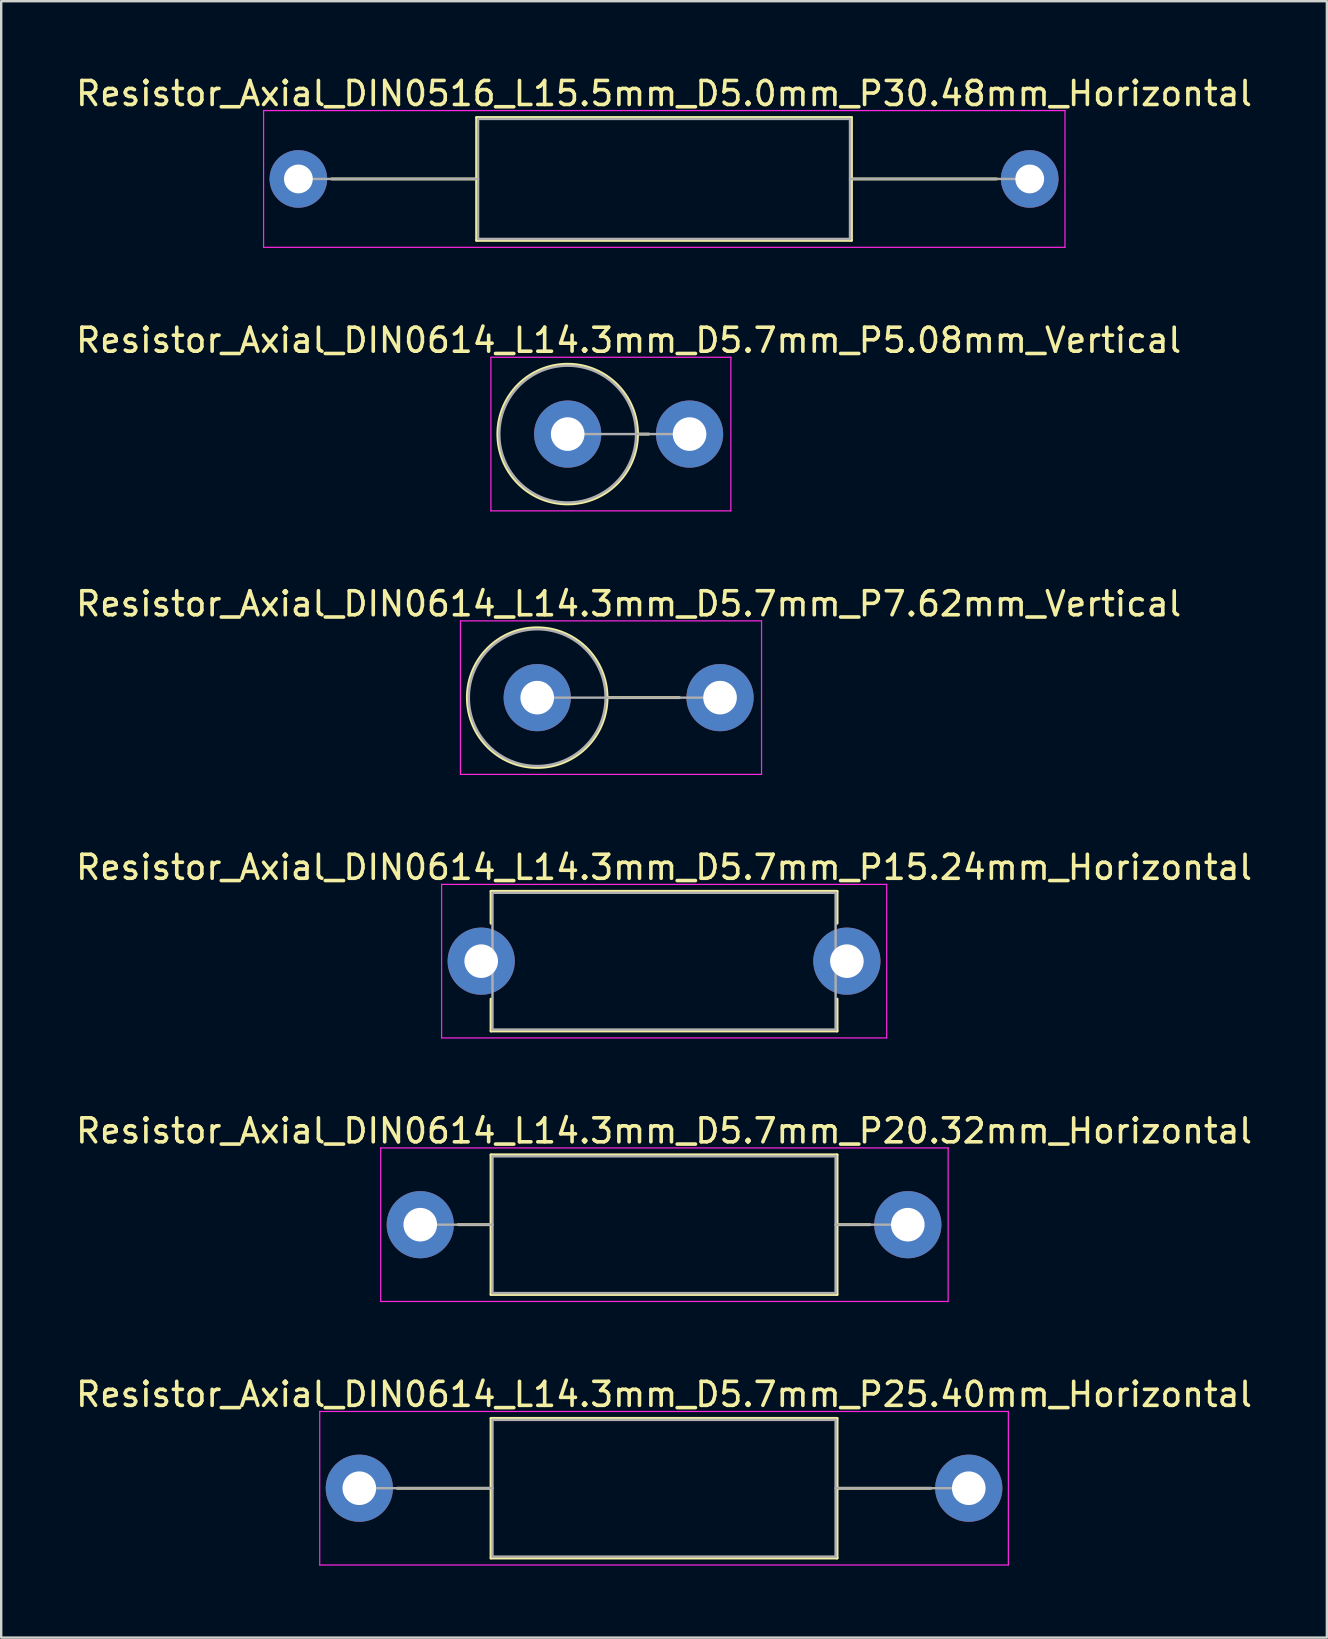
<source format=kicad_pcb>
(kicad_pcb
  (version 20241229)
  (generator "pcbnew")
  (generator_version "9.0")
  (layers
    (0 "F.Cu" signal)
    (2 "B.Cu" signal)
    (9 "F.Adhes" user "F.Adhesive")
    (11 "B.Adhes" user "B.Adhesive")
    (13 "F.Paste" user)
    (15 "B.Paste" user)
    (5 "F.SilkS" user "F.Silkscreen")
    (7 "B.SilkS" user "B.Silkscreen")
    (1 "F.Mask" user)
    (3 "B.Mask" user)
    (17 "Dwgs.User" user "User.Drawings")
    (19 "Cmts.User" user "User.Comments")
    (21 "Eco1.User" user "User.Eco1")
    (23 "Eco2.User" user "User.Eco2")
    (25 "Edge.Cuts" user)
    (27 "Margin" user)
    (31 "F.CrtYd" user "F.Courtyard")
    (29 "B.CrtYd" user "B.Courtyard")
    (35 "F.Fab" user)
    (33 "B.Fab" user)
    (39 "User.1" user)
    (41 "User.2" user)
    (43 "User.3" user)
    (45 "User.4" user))
  (footprint "Resistor_Axial_DIN0614_L14.3mm_D5.7mm_P5.08mm_Vertical"
    (layer "F.Cu")
    (at 20.609 15.041)
    (property "Reference" "Resistor_Axial_DIN0614_L14.3mm_D5.7mm_P5.08mm_Vertical" (at 2.54 -3.91 0) (layer "F.SilkS") (effects (font (size 1 1) (thickness 0.15))))
    (attr through_hole)
    (fp_line (start 2.91 0) (end 3.38 0) (stroke (width 0.12) (type solid)) (layer "F.SilkS"))
    (fp_circle (center 0 0) (end 2.91 0) (stroke (width 0.12) (type solid)) (fill no) (layer "F.SilkS"))
    (fp_line (start -3.2 -3.2) (end -3.2 3.2) (stroke (width 0.05) (type solid)) (layer "F.CrtYd"))
    (fp_line (start -3.2 3.2) (end 6.8 3.2) (stroke (width 0.05) (type solid)) (layer "F.CrtYd"))
    (fp_line (start 6.8 -3.2) (end -3.2 -3.2) (stroke (width 0.05) (type solid)) (layer "F.CrtYd"))
    (fp_line (start 6.8 3.2) (end 6.8 -3.2) (stroke (width 0.05) (type solid)) (layer "F.CrtYd"))
    (fp_line (start 0 0) (end 5.08 0) (stroke (width 0.1) (type solid)) (layer "F.Fab"))
    (fp_circle (center 0 0) (end 2.85 0) (stroke (width 0.1) (type solid)) (fill no) (layer "F.Fab"))
    (pad "1" thru_hole circle (at 0 0) (size 2.8 2.8) (drill 1.4) (layers "*.Cu" "*.Mask"))
    (pad "2" thru_hole oval (at 5.08 0) (size 2.8 2.8) (drill 1.4) (layers "*.Cu" "*.Mask")))
  (footprint "Resistor_Axial_DIN0614_L14.3mm_D5.7mm_P7.62mm_Vertical"
    (layer "F.Cu")
    (at 19.339 26.025)
    (property "Reference" "Resistor_Axial_DIN0614_L14.3mm_D5.7mm_P7.62mm_Vertical" (at 3.81 -3.91 0) (layer "F.SilkS") (effects (font (size 1 1) (thickness 0.15))))
    (attr through_hole)
    (fp_line (start 2.91 0) (end 5.92 0) (stroke (width 0.12) (type solid)) (layer "F.SilkS"))
    (fp_circle (center 0 0) (end 2.91 0) (stroke (width 0.12) (type solid)) (fill no) (layer "F.SilkS"))
    (fp_line (start -3.2 -3.2) (end -3.2 3.2) (stroke (width 0.05) (type solid)) (layer "F.CrtYd"))
    (fp_line (start -3.2 3.2) (end 9.35 3.2) (stroke (width 0.05) (type solid)) (layer "F.CrtYd"))
    (fp_line (start 9.35 -3.2) (end -3.2 -3.2) (stroke (width 0.05) (type solid)) (layer "F.CrtYd"))
    (fp_line (start 9.35 3.2) (end 9.35 -3.2) (stroke (width 0.05) (type solid)) (layer "F.CrtYd"))
    (fp_line (start 0 0) (end 7.62 0) (stroke (width 0.1) (type solid)) (layer "F.Fab"))
    (fp_circle (center 0 0) (end 2.85 0) (stroke (width 0.1) (type solid)) (fill no) (layer "F.Fab"))
    (pad "1" thru_hole circle (at 0 0) (size 2.8 2.8) (drill 1.4) (layers "*.Cu" "*.Mask"))
    (pad "2" thru_hole oval (at 7.62 0) (size 2.8 2.8) (drill 1.4) (layers "*.Cu" "*.Mask")))
  (footprint "Resistor_Axial_DIN0614_L14.3mm_D5.7mm_P15.24mm_Horizontal"
    (layer "F.Cu")
    (at 17.005 37.008)
    (property "Reference" "Resistor_Axial_DIN0614_L14.3mm_D5.7mm_P15.24mm_Horizontal" (at 7.62 -3.91 0) (layer "F.SilkS") (effects (font (size 1 1) (thickness 0.15))))
    (attr through_hole)
    (fp_line (start 0.41 -2.91) (end 14.83 -2.91) (stroke (width 0.12) (type solid)) (layer "F.SilkS"))
    (fp_line (start 0.41 -1.58) (end 0.41 -2.91) (stroke (width 0.12) (type solid)) (layer "F.SilkS"))
    (fp_line (start 0.41 1.58) (end 0.41 2.91) (stroke (width 0.12) (type solid)) (layer "F.SilkS"))
    (fp_line (start 0.41 2.91) (end 14.83 2.91) (stroke (width 0.12) (type solid)) (layer "F.SilkS"))
    (fp_line (start 14.83 -2.91) (end 14.83 -1.58) (stroke (width 0.12) (type solid)) (layer "F.SilkS"))
    (fp_line (start 14.83 2.91) (end 14.83 1.58) (stroke (width 0.12) (type solid)) (layer "F.SilkS"))
    (fp_line (start -1.65 -3.2) (end -1.65 3.2) (stroke (width 0.05) (type solid)) (layer "F.CrtYd"))
    (fp_line (start -1.65 3.2) (end 16.9 3.2) (stroke (width 0.05) (type solid)) (layer "F.CrtYd"))
    (fp_line (start 16.9 -3.2) (end -1.65 -3.2) (stroke (width 0.05) (type solid)) (layer "F.CrtYd"))
    (fp_line (start 16.9 3.2) (end 16.9 -3.2) (stroke (width 0.05) (type solid)) (layer "F.CrtYd"))
    (fp_line (start 0 0) (end 0.47 0) (stroke (width 0.1) (type solid)) (layer "F.Fab"))
    (fp_line (start 0.47 -2.85) (end 0.47 2.85) (stroke (width 0.1) (type solid)) (layer "F.Fab"))
    (fp_line (start 0.47 2.85) (end 14.77 2.85) (stroke (width 0.1) (type solid)) (layer "F.Fab"))
    (fp_line (start 14.77 -2.85) (end 0.47 -2.85) (stroke (width 0.1) (type solid)) (layer "F.Fab"))
    (fp_line (start 14.77 2.85) (end 14.77 -2.85) (stroke (width 0.1) (type solid)) (layer "F.Fab"))
    (fp_line (start 15.24 0) (end 14.77 0) (stroke (width 0.1) (type solid)) (layer "F.Fab"))
    (pad "1" thru_hole circle (at 0 0) (size 2.8 2.8) (drill 1.4) (layers "*.Cu" "*.Mask"))
    (pad "2" thru_hole oval (at 15.24 0) (size 2.8 2.8) (drill 1.4) (layers "*.Cu" "*.Mask")))
  (footprint "Resistor_Axial_DIN0614_L14.3mm_D5.7mm_P20.32mm_Horizontal"
    (layer "F.Cu")
    (at 14.465 47.991)
    (property "Reference" "Resistor_Axial_DIN0614_L14.3mm_D5.7mm_P20.32mm_Horizontal" (at 10.16 -3.91 0) (layer "F.SilkS") (effects (font (size 1 1) (thickness 0.15))))
    (attr through_hole)
    (fp_line (start 1.58 0) (end 2.95 0) (stroke (width 0.12) (type solid)) (layer "F.SilkS"))
    (fp_line (start 2.95 -2.91) (end 2.95 2.91) (stroke (width 0.12) (type solid)) (layer "F.SilkS"))
    (fp_line (start 2.95 2.91) (end 17.37 2.91) (stroke (width 0.12) (type solid)) (layer "F.SilkS"))
    (fp_line (start 17.37 -2.91) (end 2.95 -2.91) (stroke (width 0.12) (type solid)) (layer "F.SilkS"))
    (fp_line (start 17.37 2.91) (end 17.37 -2.91) (stroke (width 0.12) (type solid)) (layer "F.SilkS"))
    (fp_line (start 18.74 0) (end 17.37 0) (stroke (width 0.12) (type solid)) (layer "F.SilkS"))
    (fp_line (start -1.65 -3.2) (end -1.65 3.2) (stroke (width 0.05) (type solid)) (layer "F.CrtYd"))
    (fp_line (start -1.65 3.2) (end 22 3.2) (stroke (width 0.05) (type solid)) (layer "F.CrtYd"))
    (fp_line (start 22 -3.2) (end -1.65 -3.2) (stroke (width 0.05) (type solid)) (layer "F.CrtYd"))
    (fp_line (start 22 3.2) (end 22 -3.2) (stroke (width 0.05) (type solid)) (layer "F.CrtYd"))
    (fp_line (start 0 0) (end 3.01 0) (stroke (width 0.1) (type solid)) (layer "F.Fab"))
    (fp_line (start 3.01 -2.85) (end 3.01 2.85) (stroke (width 0.1) (type solid)) (layer "F.Fab"))
    (fp_line (start 3.01 2.85) (end 17.31 2.85) (stroke (width 0.1) (type solid)) (layer "F.Fab"))
    (fp_line (start 17.31 -2.85) (end 3.01 -2.85) (stroke (width 0.1) (type solid)) (layer "F.Fab"))
    (fp_line (start 17.31 2.85) (end 17.31 -2.85) (stroke (width 0.1) (type solid)) (layer "F.Fab"))
    (fp_line (start 20.32 0) (end 17.31 0) (stroke (width 0.1) (type solid)) (layer "F.Fab"))
    (pad "1" thru_hole circle (at 0 0) (size 2.8 2.8) (drill 1.4) (layers "*.Cu" "*.Mask"))
    (pad "2" thru_hole oval (at 20.32 0) (size 2.8 2.8) (drill 1.4) (layers "*.Cu" "*.Mask")))
  (footprint "Resistor_Axial_DIN0516_L15.5mm_D5.0mm_P30.48mm_Horizontal"
    (layer "F.Cu")
    (at 9.385 4.408)
    (property "Reference" "Resistor_Axial_DIN0516_L15.5mm_D5.0mm_P30.48mm_Horizontal" (at 15.24 -3.56 0) (layer "F.SilkS") (effects (font (size 1 1) (thickness 0.15))))
    (attr through_hole)
    (fp_line (start 1.38 0) (end 7.43 0) (stroke (width 0.12) (type solid)) (layer "F.SilkS"))
    (fp_line (start 7.43 -2.56) (end 7.43 2.56) (stroke (width 0.12) (type solid)) (layer "F.SilkS"))
    (fp_line (start 7.43 2.56) (end 23.05 2.56) (stroke (width 0.12) (type solid)) (layer "F.SilkS"))
    (fp_line (start 23.05 -2.56) (end 7.43 -2.56) (stroke (width 0.12) (type solid)) (layer "F.SilkS"))
    (fp_line (start 23.05 2.56) (end 23.05 -2.56) (stroke (width 0.12) (type solid)) (layer "F.SilkS"))
    (fp_line (start 29.1 0) (end 23.05 0) (stroke (width 0.12) (type solid)) (layer "F.SilkS"))
    (fp_line (start -1.45 -2.85) (end -1.45 2.85) (stroke (width 0.05) (type solid)) (layer "F.CrtYd"))
    (fp_line (start -1.45 2.85) (end 31.95 2.85) (stroke (width 0.05) (type solid)) (layer "F.CrtYd"))
    (fp_line (start 31.95 -2.85) (end -1.45 -2.85) (stroke (width 0.05) (type solid)) (layer "F.CrtYd"))
    (fp_line (start 31.95 2.85) (end 31.95 -2.85) (stroke (width 0.05) (type solid)) (layer "F.CrtYd"))
    (fp_line (start 0 0) (end 7.49 0) (stroke (width 0.1) (type solid)) (layer "F.Fab"))
    (fp_line (start 7.49 -2.5) (end 7.49 2.5) (stroke (width 0.1) (type solid)) (layer "F.Fab"))
    (fp_line (start 7.49 2.5) (end 22.99 2.5) (stroke (width 0.1) (type solid)) (layer "F.Fab"))
    (fp_line (start 22.99 -2.5) (end 7.49 -2.5) (stroke (width 0.1) (type solid)) (layer "F.Fab"))
    (fp_line (start 22.99 2.5) (end 22.99 -2.5) (stroke (width 0.1) (type solid)) (layer "F.Fab"))
    (fp_line (start 30.48 0) (end 22.99 0) (stroke (width 0.1) (type solid)) (layer "F.Fab"))
    (pad "1" thru_hole circle (at 0 0) (size 2.4 2.4) (drill 1.2) (layers "*.Cu" "*.Mask"))
    (pad "2" thru_hole oval (at 30.48 0) (size 2.4 2.4) (drill 1.2) (layers "*.Cu" "*.Mask")))
  (footprint "Resistor_Axial_DIN0614_L14.3mm_D5.7mm_P25.40mm_Horizontal"
    (layer "F.Cu")
    (at 11.925 58.974)
    (property "Reference" "Resistor_Axial_DIN0614_L14.3mm_D5.7mm_P25.40mm_Horizontal" (at 12.7 -3.91 0) (layer "F.SilkS") (effects (font (size 1 1) (thickness 0.15))))
    (attr through_hole)
    (fp_line (start 1.58 0) (end 5.49 0) (stroke (width 0.12) (type solid)) (layer "F.SilkS"))
    (fp_line (start 5.49 -2.91) (end 5.49 2.91) (stroke (width 0.12) (type solid)) (layer "F.SilkS"))
    (fp_line (start 5.49 2.91) (end 19.91 2.91) (stroke (width 0.12) (type solid)) (layer "F.SilkS"))
    (fp_line (start 19.91 -2.91) (end 5.49 -2.91) (stroke (width 0.12) (type solid)) (layer "F.SilkS"))
    (fp_line (start 19.91 2.91) (end 19.91 -2.91) (stroke (width 0.12) (type solid)) (layer "F.SilkS"))
    (fp_line (start 23.82 0) (end 19.91 0) (stroke (width 0.12) (type solid)) (layer "F.SilkS"))
    (fp_line (start -1.65 -3.2) (end -1.65 3.2) (stroke (width 0.05) (type solid)) (layer "F.CrtYd"))
    (fp_line (start -1.65 3.2) (end 27.05 3.2) (stroke (width 0.05) (type solid)) (layer "F.CrtYd"))
    (fp_line (start 27.05 -3.2) (end -1.65 -3.2) (stroke (width 0.05) (type solid)) (layer "F.CrtYd"))
    (fp_line (start 27.05 3.2) (end 27.05 -3.2) (stroke (width 0.05) (type solid)) (layer "F.CrtYd"))
    (fp_line (start 0 0) (end 5.55 0) (stroke (width 0.1) (type solid)) (layer "F.Fab"))
    (fp_line (start 5.55 -2.85) (end 5.55 2.85) (stroke (width 0.1) (type solid)) (layer "F.Fab"))
    (fp_line (start 5.55 2.85) (end 19.85 2.85) (stroke (width 0.1) (type solid)) (layer "F.Fab"))
    (fp_line (start 19.85 -2.85) (end 5.55 -2.85) (stroke (width 0.1) (type solid)) (layer "F.Fab"))
    (fp_line (start 19.85 2.85) (end 19.85 -2.85) (stroke (width 0.1) (type solid)) (layer "F.Fab"))
    (fp_line (start 25.4 0) (end 19.85 0) (stroke (width 0.1) (type solid)) (layer "F.Fab"))
    (pad "1" thru_hole circle (at 0 0) (size 2.8 2.8) (drill 1.4) (layers "*.Cu" "*.Mask"))
    (pad "2" thru_hole oval (at 25.4 0) (size 2.8 2.8) (drill 1.4) (layers "*.Cu" "*.Mask")))
  (gr_rect
    (start -3 -3)
    (end 52.25 65.2)
    (stroke (width 0.1) (type default))
    (fill no)
    (layer "Edge.Cuts")))
</source>
